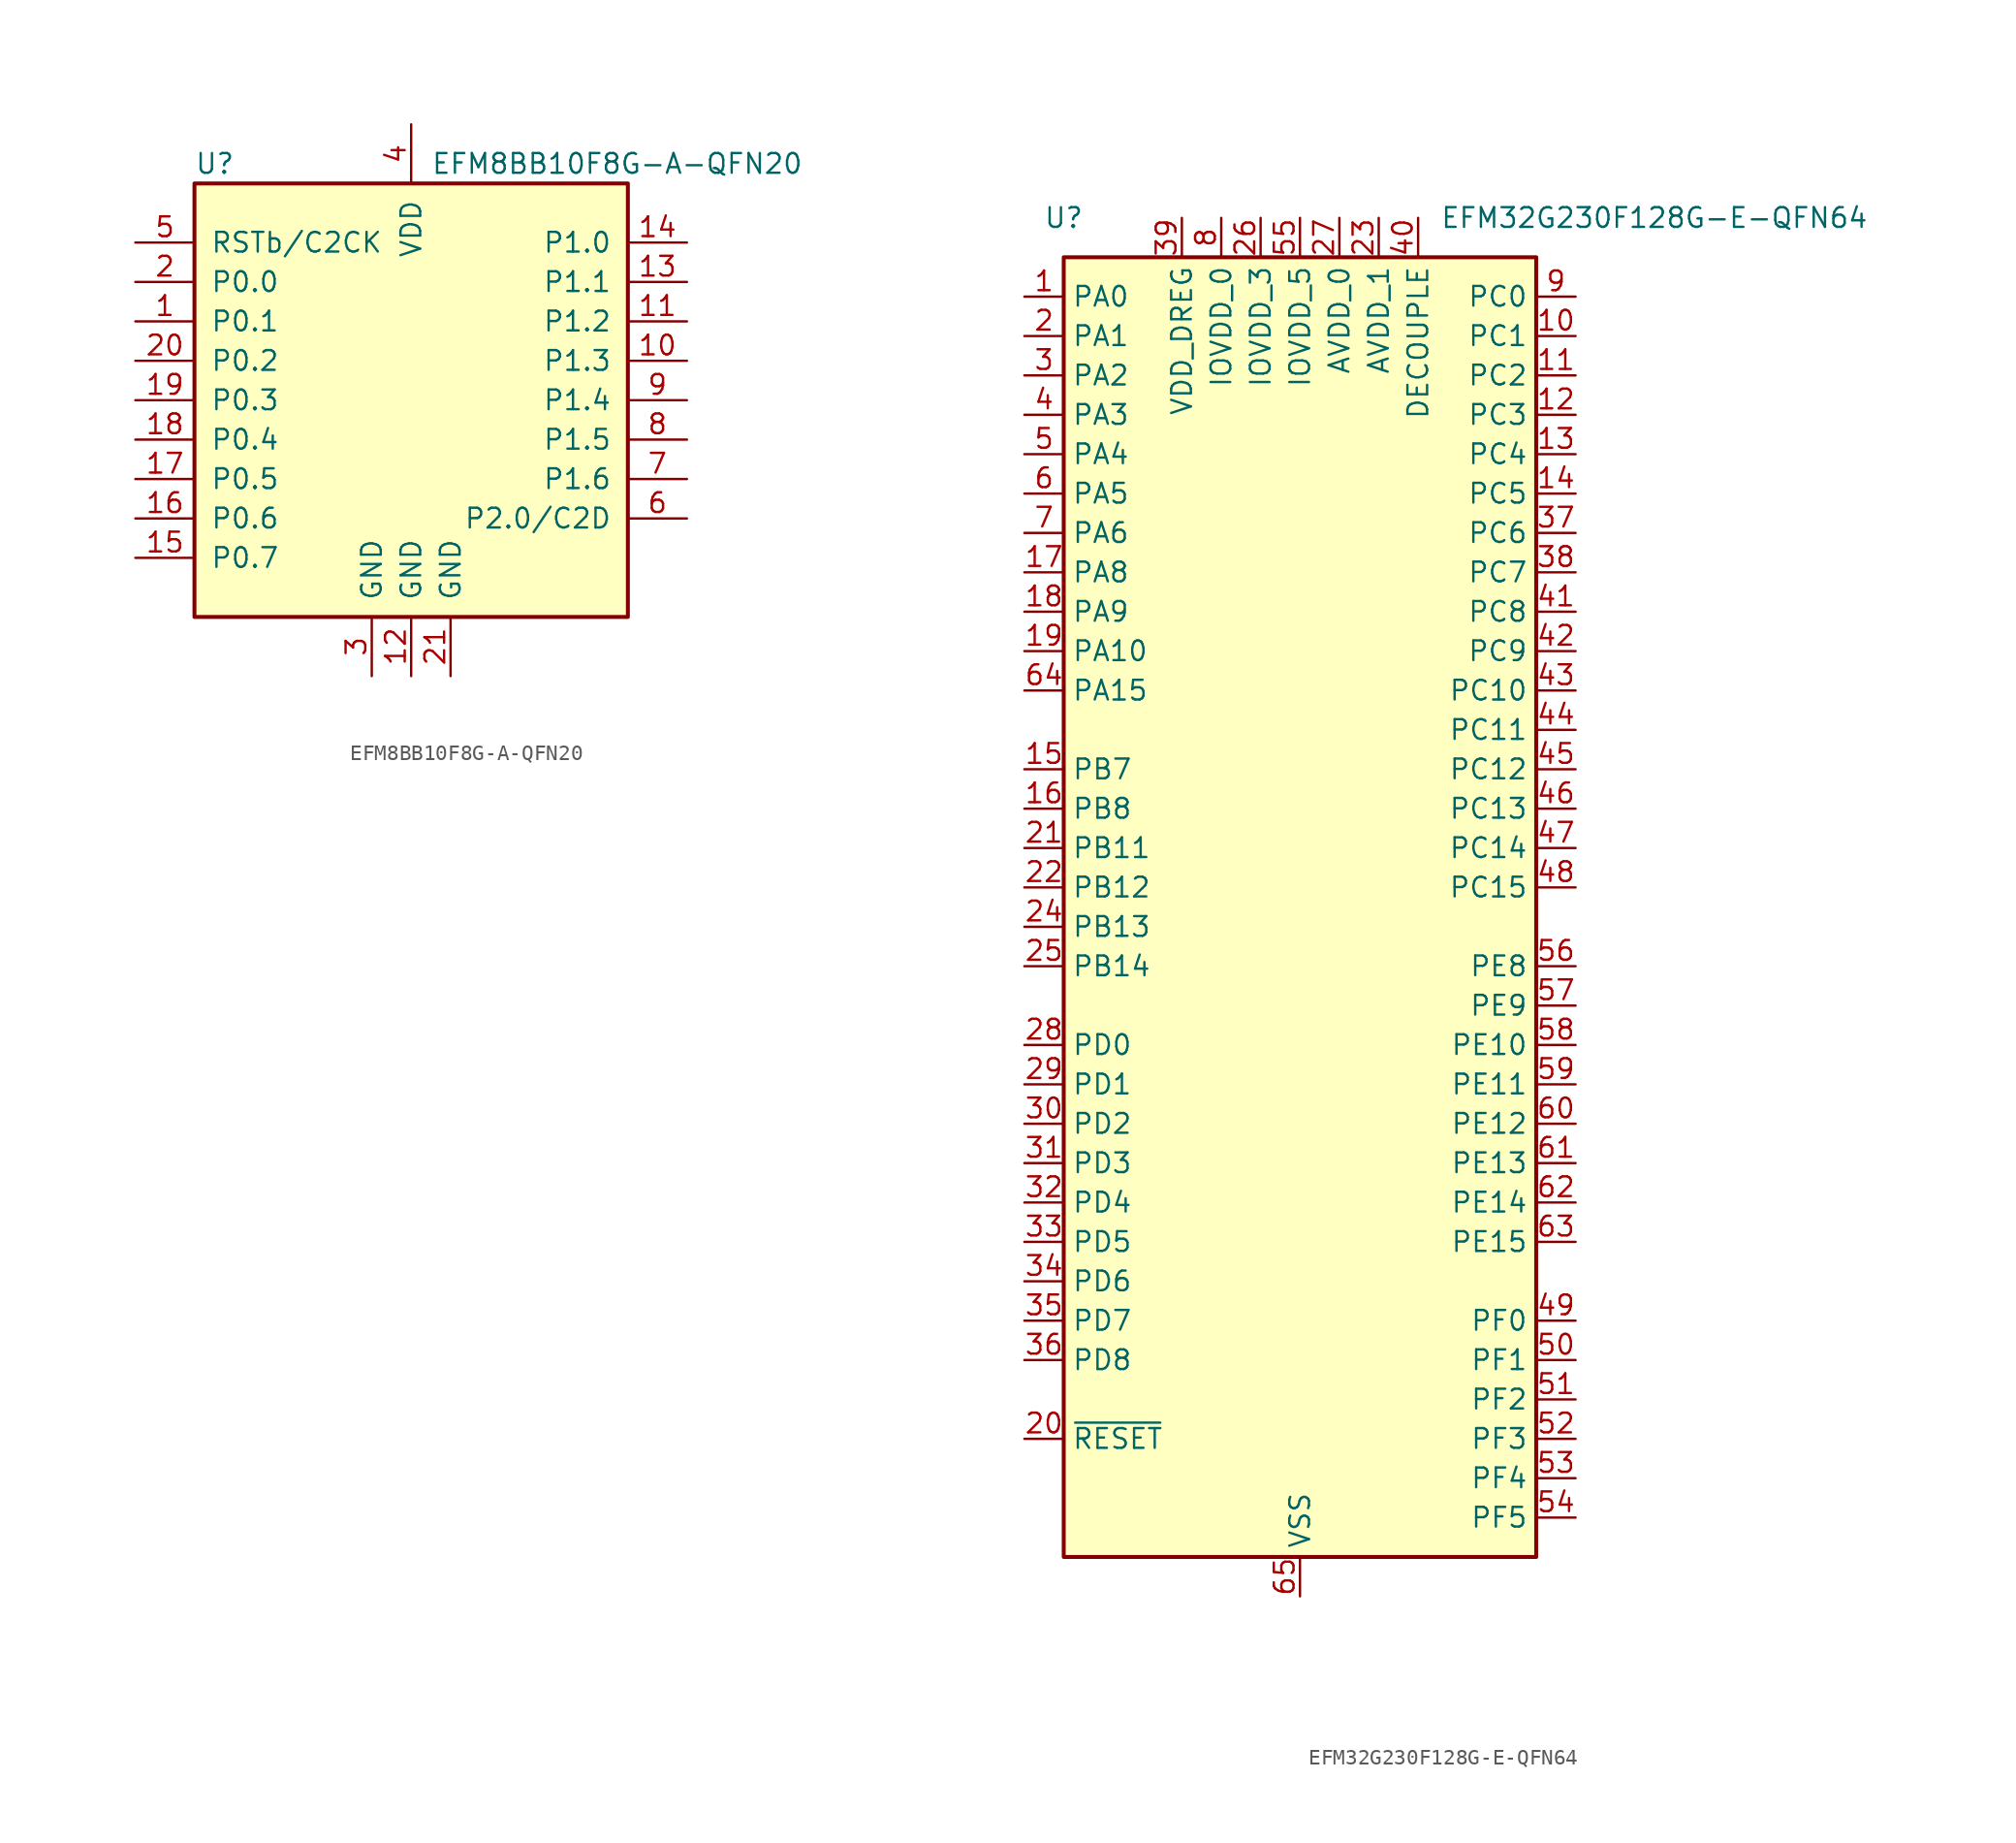
<source format=kicad_sym>
(kicad_symbol_lib
  (version 20201005)
  (generator kicad_symbol_editor)
  (symbol "EFM8BB10F8G-A-QFN20"
    (pin_names
      (offset 1.016))
    (property "Reference" "U"
      (at -13.97 15.24 0)
      (effects (font (size 1.27 1.27)) (justify left)))
    (property "Value" "EFM8BB10F8G-A-QFN20"
      (at 1.27 15.24 0)
      (effects (font (size 1.27 1.27)) (justify left)))
    (symbol "EFM8BB10F8G-A-QFN20_0_1"
      (rectangle (start -13.97 13.97) (end 13.97 -13.97) (stroke (width 0.254)) (fill (type background)))
      (pin bidirectional line (at -17.78 5.08 0) (length 3.81) (name "P0.1" (effects (font (size 1.27 1.27)))) (number "1" (effects (font (size 1.27 1.27)))))
      (pin bidirectional line (at 17.78 2.54 180) (length 3.81) (name "P1.3" (effects (font (size 1.27 1.27)))) (number "10" (effects (font (size 1.27 1.27)))))
      (pin bidirectional line (at 17.78 5.08 180) (length 3.81) (name "P1.2" (effects (font (size 1.27 1.27)))) (number "11" (effects (font (size 1.27 1.27)))))
      (pin power_in line (at 0 -17.78 90) (length 3.81) (name "GND" (effects (font (size 1.27 1.27)))) (number "12" (effects (font (size 1.27 1.27)))))
      (pin bidirectional line (at 17.78 7.62 180) (length 3.81) (name "P1.1" (effects (font (size 1.27 1.27)))) (number "13" (effects (font (size 1.27 1.27)))))
      (pin bidirectional line (at 17.78 10.16 180) (length 3.81) (name "P1.0" (effects (font (size 1.27 1.27)))) (number "14" (effects (font (size 1.27 1.27)))))
      (pin bidirectional line (at -17.78 -10.16 0) (length 3.81) (name "P0.7" (effects (font (size 1.27 1.27)))) (number "15" (effects (font (size 1.27 1.27)))))
      (pin bidirectional line (at -17.78 -7.62 0) (length 3.81) (name "P0.6" (effects (font (size 1.27 1.27)))) (number "16" (effects (font (size 1.27 1.27)))))
      (pin bidirectional line (at -17.78 -5.08 0) (length 3.81) (name "P0.5" (effects (font (size 1.27 1.27)))) (number "17" (effects (font (size 1.27 1.27)))))
      (pin bidirectional line (at -17.78 -2.54 0) (length 3.81) (name "P0.4" (effects (font (size 1.27 1.27)))) (number "18" (effects (font (size 1.27 1.27)))))
      (pin bidirectional line (at -17.78 0 0) (length 3.81) (name "P0.3" (effects (font (size 1.27 1.27)))) (number "19" (effects (font (size 1.27 1.27)))))
      (pin bidirectional line (at -17.78 7.62 0) (length 3.81) (name "P0.0" (effects (font (size 1.27 1.27)))) (number "2" (effects (font (size 1.27 1.27)))))
      (pin bidirectional line (at -17.78 2.54 0) (length 3.81) (name "P0.2" (effects (font (size 1.27 1.27)))) (number "20" (effects (font (size 1.27 1.27)))))
      (pin power_in line (at 2.54 -17.78 90) (length 3.81) (name "GND" (effects (font (size 1.27 1.27)))) (number "21" (effects (font (size 1.27 1.27)))))
      (pin power_in line (at -2.54 -17.78 90) (length 3.81) (name "GND" (effects (font (size 1.27 1.27)))) (number "3" (effects (font (size 1.27 1.27)))))
      (pin power_in line (at 0 17.78 270) (length 3.81) (name "VDD" (effects (font (size 1.27 1.27)))) (number "4" (effects (font (size 1.27 1.27)))))
      (pin input line (at -17.78 10.16 0) (length 3.81) (name "RSTb/C2CK" (effects (font (size 1.27 1.27)))) (number "5" (effects (font (size 1.27 1.27)))))
      (pin bidirectional line (at 17.78 -7.62 180) (length 3.81) (name "P2.0/C2D" (effects (font (size 1.27 1.27)))) (number "6" (effects (font (size 1.27 1.27)))))
      (pin bidirectional line (at 17.78 -5.08 180) (length 3.81) (name "P1.6" (effects (font (size 1.27 1.27)))) (number "7" (effects (font (size 1.27 1.27)))))
      (pin bidirectional line (at 17.78 -2.54 180) (length 3.81) (name "P1.5" (effects (font (size 1.27 1.27)))) (number "8" (effects (font (size 1.27 1.27)))))
      (pin bidirectional line (at 17.78 0 180) (length 3.81) (name "P1.4" (effects (font (size 1.27 1.27)))) (number "9" (effects (font (size 1.27 1.27)))))))
  (symbol "EFM32G230F128G-E-QFN64"
    (property "Reference" "U"
      (at -15.24 43.18 0)
      (effects (font (size 1.27 1.27))))
    (property "Value" "EFM32G230F128G-E-QFN64"
      (at 22.86 43.18 0)
      (effects (font (size 1.27 1.27))))
    (symbol "EFM32G230F128G-E-QFN64_0_1"
      (rectangle (start -15.24 40.64) (end 15.24 -43.18) (stroke (width 0.254)) (fill (type background))))
    (symbol "EFM32G230F128G-E-QFN64_1_1"
      (pin bidirectional line (at -17.78 38.1 0) (length 2.54) (name "PA0" (effects (font (size 1.27 1.27)))) (number "1" (effects (font (size 1.27 1.27)))))
      (pin bidirectional line (at 17.78 35.56 180) (length 2.54) (name "PC1" (effects (font (size 1.27 1.27)))) (number "10" (effects (font (size 1.27 1.27)))))
      (pin bidirectional line (at 17.78 33.02 180) (length 2.54) (name "PC2" (effects (font (size 1.27 1.27)))) (number "11" (effects (font (size 1.27 1.27)))))
      (pin bidirectional line (at 17.78 30.48 180) (length 2.54) (name "PC3" (effects (font (size 1.27 1.27)))) (number "12" (effects (font (size 1.27 1.27)))))
      (pin bidirectional line (at 17.78 27.94 180) (length 2.54) (name "PC4" (effects (font (size 1.27 1.27)))) (number "13" (effects (font (size 1.27 1.27)))))
      (pin bidirectional line (at 17.78 25.4 180) (length 2.54) (name "PC5" (effects (font (size 1.27 1.27)))) (number "14" (effects (font (size 1.27 1.27)))))
      (pin bidirectional line (at -17.78 7.62 0) (length 2.54) (name "PB7" (effects (font (size 1.27 1.27)))) (number "15" (effects (font (size 1.27 1.27)))))
      (pin bidirectional line (at -17.78 5.08 0) (length 2.54) (name "PB8" (effects (font (size 1.27 1.27)))) (number "16" (effects (font (size 1.27 1.27)))))
      (pin bidirectional line (at -17.78 20.32 0) (length 2.54) (name "PA8" (effects (font (size 1.27 1.27)))) (number "17" (effects (font (size 1.27 1.27)))))
      (pin bidirectional line (at -17.78 17.78 0) (length 2.54) (name "PA9" (effects (font (size 1.27 1.27)))) (number "18" (effects (font (size 1.27 1.27)))))
      (pin bidirectional line (at -17.78 15.24 0) (length 2.54) (name "PA10" (effects (font (size 1.27 1.27)))) (number "19" (effects (font (size 1.27 1.27)))))
      (pin bidirectional line (at -17.78 35.56 0) (length 2.54) (name "PA1" (effects (font (size 1.27 1.27)))) (number "2" (effects (font (size 1.27 1.27)))))
      (pin input line (at -17.78 -35.56 0) (length 2.54) (name "~RESET" (effects (font (size 1.27 1.27)))) (number "20" (effects (font (size 1.27 1.27)))))
      (pin bidirectional line (at -17.78 2.54 0) (length 2.54) (name "PB11" (effects (font (size 1.27 1.27)))) (number "21" (effects (font (size 1.27 1.27)))))
      (pin bidirectional line (at -17.78 0 0) (length 2.54) (name "PB12" (effects (font (size 1.27 1.27)))) (number "22" (effects (font (size 1.27 1.27)))))
      (pin power_in line (at 5.08 43.18 270) (length 2.54) (name "AVDD_1" (effects (font (size 1.27 1.27)))) (number "23" (effects (font (size 1.27 1.27)))))
      (pin bidirectional line (at -17.78 -2.54 0) (length 2.54) (name "PB13" (effects (font (size 1.27 1.27)))) (number "24" (effects (font (size 1.27 1.27)))))
      (pin bidirectional line (at -17.78 -5.08 0) (length 2.54) (name "PB14" (effects (font (size 1.27 1.27)))) (number "25" (effects (font (size 1.27 1.27)))))
      (pin power_in line (at -2.54 43.18 270) (length 2.54) (name "IOVDD_3" (effects (font (size 1.27 1.27)))) (number "26" (effects (font (size 1.27 1.27)))))
      (pin power_in line (at 2.54 43.18 270) (length 2.54) (name "AVDD_0" (effects (font (size 1.27 1.27)))) (number "27" (effects (font (size 1.27 1.27)))))
      (pin bidirectional line (at -17.78 -10.16 0) (length 2.54) (name "PD0" (effects (font (size 1.27 1.27)))) (number "28" (effects (font (size 1.27 1.27)))))
      (pin bidirectional line (at -17.78 -12.7 0) (length 2.54) (name "PD1" (effects (font (size 1.27 1.27)))) (number "29" (effects (font (size 1.27 1.27)))))
      (pin bidirectional line (at -17.78 33.02 0) (length 2.54) (name "PA2" (effects (font (size 1.27 1.27)))) (number "3" (effects (font (size 1.27 1.27)))))
      (pin bidirectional line (at -17.78 -15.24 0) (length 2.54) (name "PD2" (effects (font (size 1.27 1.27)))) (number "30" (effects (font (size 1.27 1.27)))))
      (pin bidirectional line (at -17.78 -17.78 0) (length 2.54) (name "PD3" (effects (font (size 1.27 1.27)))) (number "31" (effects (font (size 1.27 1.27)))))
      (pin bidirectional line (at -17.78 -20.32 0) (length 2.54) (name "PD4" (effects (font (size 1.27 1.27)))) (number "32" (effects (font (size 1.27 1.27)))))
      (pin bidirectional line (at -17.78 -22.86 0) (length 2.54) (name "PD5" (effects (font (size 1.27 1.27)))) (number "33" (effects (font (size 1.27 1.27)))))
      (pin bidirectional line (at -17.78 -25.4 0) (length 2.54) (name "PD6" (effects (font (size 1.27 1.27)))) (number "34" (effects (font (size 1.27 1.27)))))
      (pin bidirectional line (at -17.78 -27.94 0) (length 2.54) (name "PD7" (effects (font (size 1.27 1.27)))) (number "35" (effects (font (size 1.27 1.27)))))
      (pin bidirectional line (at -17.78 -30.48 0) (length 2.54) (name "PD8" (effects (font (size 1.27 1.27)))) (number "36" (effects (font (size 1.27 1.27)))))
      (pin bidirectional line (at 17.78 22.86 180) (length 2.54) (name "PC6" (effects (font (size 1.27 1.27)))) (number "37" (effects (font (size 1.27 1.27)))))
      (pin bidirectional line (at 17.78 20.32 180) (length 2.54) (name "PC7" (effects (font (size 1.27 1.27)))) (number "38" (effects (font (size 1.27 1.27)))))
      (pin power_in line (at -7.62 43.18 270) (length 2.54) (name "VDD_DREG" (effects (font (size 1.27 1.27)))) (number "39" (effects (font (size 1.27 1.27)))))
      (pin bidirectional line (at -17.78 30.48 0) (length 2.54) (name "PA3" (effects (font (size 1.27 1.27)))) (number "4" (effects (font (size 1.27 1.27)))))
      (pin passive line (at 7.62 43.18 270) (length 2.54) (name "DECOUPLE" (effects (font (size 1.27 1.27)))) (number "40" (effects (font (size 1.27 1.27)))))
      (pin bidirectional line (at 17.78 17.78 180) (length 2.54) (name "PC8" (effects (font (size 1.27 1.27)))) (number "41" (effects (font (size 1.27 1.27)))))
      (pin bidirectional line (at 17.78 15.24 180) (length 2.54) (name "PC9" (effects (font (size 1.27 1.27)))) (number "42" (effects (font (size 1.27 1.27)))))
      (pin bidirectional line (at 17.78 12.7 180) (length 2.54) (name "PC10" (effects (font (size 1.27 1.27)))) (number "43" (effects (font (size 1.27 1.27)))))
      (pin bidirectional line (at 17.78 10.16 180) (length 2.54) (name "PC11" (effects (font (size 1.27 1.27)))) (number "44" (effects (font (size 1.27 1.27)))))
      (pin bidirectional line (at 17.78 7.62 180) (length 2.54) (name "PC12" (effects (font (size 1.27 1.27)))) (number "45" (effects (font (size 1.27 1.27)))))
      (pin bidirectional line (at 17.78 5.08 180) (length 2.54) (name "PC13" (effects (font (size 1.27 1.27)))) (number "46" (effects (font (size 1.27 1.27)))))
      (pin bidirectional line (at 17.78 2.54 180) (length 2.54) (name "PC14" (effects (font (size 1.27 1.27)))) (number "47" (effects (font (size 1.27 1.27)))))
      (pin bidirectional line (at 17.78 0 180) (length 2.54) (name "PC15" (effects (font (size 1.27 1.27)))) (number "48" (effects (font (size 1.27 1.27)))))
      (pin bidirectional line (at 17.78 -27.94 180) (length 2.54) (name "PF0" (effects (font (size 1.27 1.27)))) (number "49" (effects (font (size 1.27 1.27)))))
      (pin bidirectional line (at -17.78 27.94 0) (length 2.54) (name "PA4" (effects (font (size 1.27 1.27)))) (number "5" (effects (font (size 1.27 1.27)))))
      (pin bidirectional line (at 17.78 -30.48 180) (length 2.54) (name "PF1" (effects (font (size 1.27 1.27)))) (number "50" (effects (font (size 1.27 1.27)))))
      (pin bidirectional line (at 17.78 -33.02 180) (length 2.54) (name "PF2" (effects (font (size 1.27 1.27)))) (number "51" (effects (font (size 1.27 1.27)))))
      (pin bidirectional line (at 17.78 -35.56 180) (length 2.54) (name "PF3" (effects (font (size 1.27 1.27)))) (number "52" (effects (font (size 1.27 1.27)))))
      (pin bidirectional line (at 17.78 -38.1 180) (length 2.54) (name "PF4" (effects (font (size 1.27 1.27)))) (number "53" (effects (font (size 1.27 1.27)))))
      (pin bidirectional line (at 17.78 -40.64 180) (length 2.54) (name "PF5" (effects (font (size 1.27 1.27)))) (number "54" (effects (font (size 1.27 1.27)))))
      (pin power_in line (at 0 43.18 270) (length 2.54) (name "IOVDD_5" (effects (font (size 1.27 1.27)))) (number "55" (effects (font (size 1.27 1.27)))))
      (pin bidirectional line (at 17.78 -5.08 180) (length 2.54) (name "PE8" (effects (font (size 1.27 1.27)))) (number "56" (effects (font (size 1.27 1.27)))))
      (pin bidirectional line (at 17.78 -7.62 180) (length 2.54) (name "PE9" (effects (font (size 1.27 1.27)))) (number "57" (effects (font (size 1.27 1.27)))))
      (pin bidirectional line (at 17.78 -10.16 180) (length 2.54) (name "PE10" (effects (font (size 1.27 1.27)))) (number "58" (effects (font (size 1.27 1.27)))))
      (pin bidirectional line (at 17.78 -12.7 180) (length 2.54) (name "PE11" (effects (font (size 1.27 1.27)))) (number "59" (effects (font (size 1.27 1.27)))))
      (pin bidirectional line (at -17.78 25.4 0) (length 2.54) (name "PA5" (effects (font (size 1.27 1.27)))) (number "6" (effects (font (size 1.27 1.27)))))
      (pin bidirectional line (at 17.78 -15.24 180) (length 2.54) (name "PE12" (effects (font (size 1.27 1.27)))) (number "60" (effects (font (size 1.27 1.27)))))
      (pin bidirectional line (at 17.78 -17.78 180) (length 2.54) (name "PE13" (effects (font (size 1.27 1.27)))) (number "61" (effects (font (size 1.27 1.27)))))
      (pin bidirectional line (at 17.78 -20.32 180) (length 2.54) (name "PE14" (effects (font (size 1.27 1.27)))) (number "62" (effects (font (size 1.27 1.27)))))
      (pin bidirectional line (at 17.78 -22.86 180) (length 2.54) (name "PE15" (effects (font (size 1.27 1.27)))) (number "63" (effects (font (size 1.27 1.27)))))
      (pin bidirectional line (at -17.78 12.7 0) (length 2.54) (name "PA15" (effects (font (size 1.27 1.27)))) (number "64" (effects (font (size 1.27 1.27)))))
      (pin power_in line (at 0 -45.72 90) (length 2.54) (name "VSS" (effects (font (size 1.27 1.27)))) (number "65" (effects (font (size 1.27 1.27)))))
      (pin bidirectional line (at -17.78 22.86 0) (length 2.54) (name "PA6" (effects (font (size 1.27 1.27)))) (number "7" (effects (font (size 1.27 1.27)))))
      (pin power_in line (at -5.08 43.18 270) (length 2.54) (name "IOVDD_0" (effects (font (size 1.27 1.27)))) (number "8" (effects (font (size 1.27 1.27)))))
      (pin bidirectional line (at 17.78 38.1 180) (length 2.54) (name "PC0" (effects (font (size 1.27 1.27)))) (number "9" (effects (font (size 1.27 1.27))))))))
</source>
